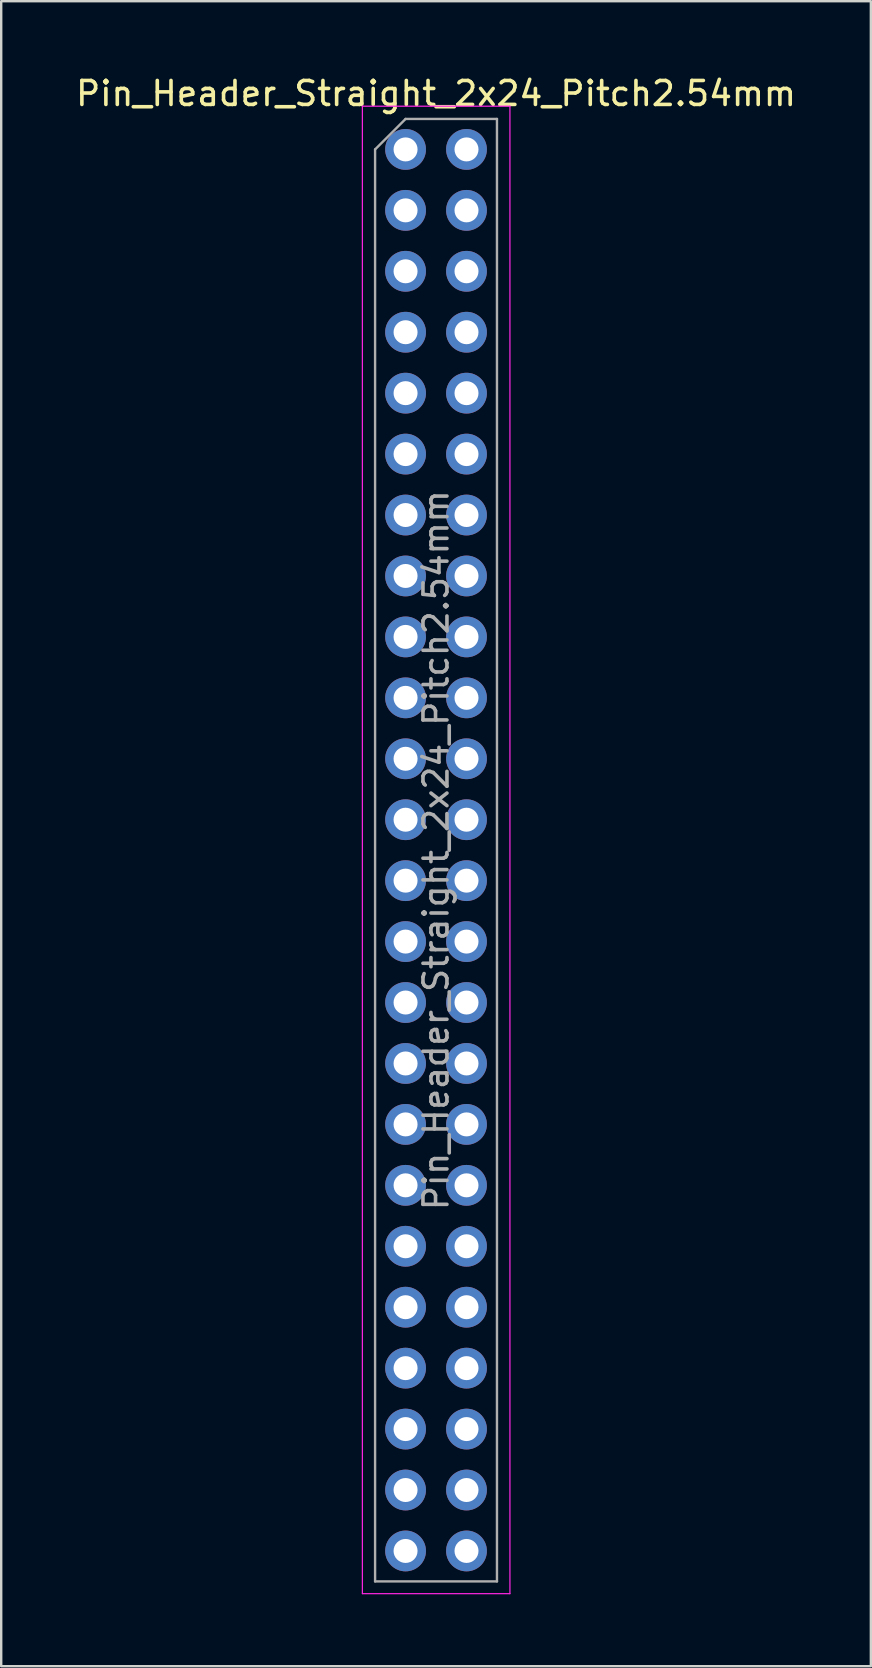
<source format=kicad_pcb>
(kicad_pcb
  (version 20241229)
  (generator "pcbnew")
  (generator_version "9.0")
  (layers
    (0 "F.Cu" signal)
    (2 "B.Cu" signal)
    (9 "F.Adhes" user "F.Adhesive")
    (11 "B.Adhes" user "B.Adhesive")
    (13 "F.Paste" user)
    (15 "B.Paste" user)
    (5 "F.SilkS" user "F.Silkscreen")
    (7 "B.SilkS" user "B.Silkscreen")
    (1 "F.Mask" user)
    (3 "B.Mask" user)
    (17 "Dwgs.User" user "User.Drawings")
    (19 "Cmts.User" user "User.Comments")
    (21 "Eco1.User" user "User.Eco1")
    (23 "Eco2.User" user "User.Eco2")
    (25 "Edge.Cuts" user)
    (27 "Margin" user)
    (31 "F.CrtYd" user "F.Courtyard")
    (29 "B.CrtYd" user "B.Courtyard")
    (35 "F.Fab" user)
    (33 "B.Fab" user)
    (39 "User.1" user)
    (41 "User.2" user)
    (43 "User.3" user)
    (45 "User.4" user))
  (footprint "Pin_Header_Straight_2x24_Pitch2.54mm"
    (layer "F.Cu")
    (at 13.855 3.178)
    (property "Reference" "Pin_Header_Straight_2x24_Pitch2.54mm" (at 1.27 -2.33 0) (layer "F.SilkS") (effects (font (size 1 1) (thickness 0.15))))
    (attr through_hole)
    (fp_line (start -1.8 -1.8) (end -1.8 60.2) (stroke (width 0.05) (type solid)) (layer "F.CrtYd"))
    (fp_line (start -1.8 60.2) (end 4.35 60.2) (stroke (width 0.05) (type solid)) (layer "F.CrtYd"))
    (fp_line (start 4.35 -1.8) (end -1.8 -1.8) (stroke (width 0.05) (type solid)) (layer "F.CrtYd"))
    (fp_line (start 4.35 60.2) (end 4.35 -1.8) (stroke (width 0.05) (type solid)) (layer "F.CrtYd"))
    (fp_line (start -1.27 0) (end 0 -1.27) (stroke (width 0.1) (type solid)) (layer "F.Fab"))
    (fp_line (start -1.27 59.69) (end -1.27 0) (stroke (width 0.1) (type solid)) (layer "F.Fab"))
    (fp_line (start 0 -1.27) (end 3.81 -1.27) (stroke (width 0.1) (type solid)) (layer "F.Fab"))
    (fp_line (start 3.81 -1.27) (end 3.81 59.69) (stroke (width 0.1) (type solid)) (layer "F.Fab"))
    (fp_line (start 3.81 59.69) (end -1.27 59.69) (stroke (width 0.1) (type solid)) (layer "F.Fab"))
    (fp_text user "${REFERENCE}" (at 1.27 29.21 90) (layer "F.Fab") (effects (font (size 1 1) (thickness 0.15))))
    (pad "1" thru_hole oval (at 0 0) (size 1.7 1.7) (drill 1) (layers "*.Cu" "*.Mask"))
    (pad "2" thru_hole oval (at 2.54 0) (size 1.7 1.7) (drill 1) (layers "*.Cu" "*.Mask"))
    (pad "3" thru_hole oval (at 0 2.54) (size 1.7 1.7) (drill 1) (layers "*.Cu" "*.Mask"))
    (pad "4" thru_hole oval (at 2.54 2.54) (size 1.7 1.7) (drill 1) (layers "*.Cu" "*.Mask"))
    (pad "5" thru_hole oval (at 0 5.08) (size 1.7 1.7) (drill 1) (layers "*.Cu" "*.Mask"))
    (pad "6" thru_hole oval (at 2.54 5.08) (size 1.7 1.7) (drill 1) (layers "*.Cu" "*.Mask"))
    (pad "7" thru_hole oval (at 0 7.62) (size 1.7 1.7) (drill 1) (layers "*.Cu" "*.Mask"))
    (pad "8" thru_hole oval (at 2.54 7.62) (size 1.7 1.7) (drill 1) (layers "*.Cu" "*.Mask"))
    (pad "9" thru_hole oval (at 0 10.16) (size 1.7 1.7) (drill 1) (layers "*.Cu" "*.Mask"))
    (pad "10" thru_hole oval (at 2.54 10.16) (size 1.7 1.7) (drill 1) (layers "*.Cu" "*.Mask"))
    (pad "11" thru_hole oval (at 0 12.7) (size 1.7 1.7) (drill 1) (layers "*.Cu" "*.Mask"))
    (pad "12" thru_hole oval (at 2.54 12.7) (size 1.7 1.7) (drill 1) (layers "*.Cu" "*.Mask"))
    (pad "13" thru_hole oval (at 0 15.24) (size 1.7 1.7) (drill 1) (layers "*.Cu" "*.Mask"))
    (pad "14" thru_hole oval (at 2.54 15.24) (size 1.7 1.7) (drill 1) (layers "*.Cu" "*.Mask"))
    (pad "15" thru_hole oval (at 0 17.78) (size 1.7 1.7) (drill 1) (layers "*.Cu" "*.Mask"))
    (pad "16" thru_hole oval (at 2.54 17.78) (size 1.7 1.7) (drill 1) (layers "*.Cu" "*.Mask"))
    (pad "17" thru_hole oval (at 0 20.32) (size 1.7 1.7) (drill 1) (layers "*.Cu" "*.Mask"))
    (pad "18" thru_hole oval (at 2.54 20.32) (size 1.7 1.7) (drill 1) (layers "*.Cu" "*.Mask"))
    (pad "19" thru_hole oval (at 0 22.86) (size 1.7 1.7) (drill 1) (layers "*.Cu" "*.Mask"))
    (pad "20" thru_hole oval (at 2.54 22.86) (size 1.7 1.7) (drill 1) (layers "*.Cu" "*.Mask"))
    (pad "21" thru_hole oval (at 0 25.4) (size 1.7 1.7) (drill 1) (layers "*.Cu" "*.Mask"))
    (pad "22" thru_hole oval (at 2.54 25.4) (size 1.7 1.7) (drill 1) (layers "*.Cu" "*.Mask"))
    (pad "23" thru_hole oval (at 0 27.94) (size 1.7 1.7) (drill 1) (layers "*.Cu" "*.Mask"))
    (pad "24" thru_hole oval (at 2.54 27.94) (size 1.7 1.7) (drill 1) (layers "*.Cu" "*.Mask"))
    (pad "25" thru_hole oval (at 0 30.48) (size 1.7 1.7) (drill 1) (layers "*.Cu" "*.Mask"))
    (pad "26" thru_hole oval (at 2.54 30.48) (size 1.7 1.7) (drill 1) (layers "*.Cu" "*.Mask"))
    (pad "27" thru_hole oval (at 0 33.02) (size 1.7 1.7) (drill 1) (layers "*.Cu" "*.Mask"))
    (pad "28" thru_hole oval (at 2.54 33.02) (size 1.7 1.7) (drill 1) (layers "*.Cu" "*.Mask"))
    (pad "29" thru_hole oval (at 0 35.56) (size 1.7 1.7) (drill 1) (layers "*.Cu" "*.Mask"))
    (pad "30" thru_hole oval (at 2.54 35.56) (size 1.7 1.7) (drill 1) (layers "*.Cu" "*.Mask"))
    (pad "31" thru_hole oval (at 0 38.1) (size 1.7 1.7) (drill 1) (layers "*.Cu" "*.Mask"))
    (pad "32" thru_hole oval (at 2.54 38.1) (size 1.7 1.7) (drill 1) (layers "*.Cu" "*.Mask"))
    (pad "33" thru_hole oval (at 0 40.64) (size 1.7 1.7) (drill 1) (layers "*.Cu" "*.Mask"))
    (pad "34" thru_hole oval (at 2.54 40.64) (size 1.7 1.7) (drill 1) (layers "*.Cu" "*.Mask"))
    (pad "35" thru_hole oval (at 0 43.18) (size 1.7 1.7) (drill 1) (layers "*.Cu" "*.Mask"))
    (pad "36" thru_hole oval (at 2.54 43.18) (size 1.7 1.7) (drill 1) (layers "*.Cu" "*.Mask"))
    (pad "37" thru_hole oval (at 0 45.72) (size 1.7 1.7) (drill 1) (layers "*.Cu" "*.Mask"))
    (pad "38" thru_hole oval (at 2.54 45.72) (size 1.7 1.7) (drill 1) (layers "*.Cu" "*.Mask"))
    (pad "39" thru_hole oval (at 0 48.26) (size 1.7 1.7) (drill 1) (layers "*.Cu" "*.Mask"))
    (pad "40" thru_hole oval (at 2.54 48.26) (size 1.7 1.7) (drill 1) (layers "*.Cu" "*.Mask"))
    (pad "41" thru_hole oval (at 0 50.8) (size 1.7 1.7) (drill 1) (layers "*.Cu" "*.Mask"))
    (pad "42" thru_hole oval (at 2.54 50.8) (size 1.7 1.7) (drill 1) (layers "*.Cu" "*.Mask"))
    (pad "43" thru_hole oval (at 0 53.34) (size 1.7 1.7) (drill 1) (layers "*.Cu" "*.Mask"))
    (pad "44" thru_hole oval (at 2.54 53.34) (size 1.7 1.7) (drill 1) (layers "*.Cu" "*.Mask"))
    (pad "45" thru_hole oval (at 0 55.88) (size 1.7 1.7) (drill 1) (layers "*.Cu" "*.Mask"))
    (pad "46" thru_hole oval (at 2.54 55.88) (size 1.7 1.7) (drill 1) (layers "*.Cu" "*.Mask"))
    (pad "47" thru_hole oval (at 0 58.42) (size 1.7 1.7) (drill 1) (layers "*.Cu" "*.Mask"))
    (pad "48" thru_hole oval (at 2.54 58.42) (size 1.7 1.7) (drill 1) (layers "*.Cu" "*.Mask")))
  (gr_rect
    (start -3 -3)
    (end 33.25 66.403)
    (stroke (width 0.1) (type default))
    (fill no)
    (layer "Edge.Cuts")))
</source>
